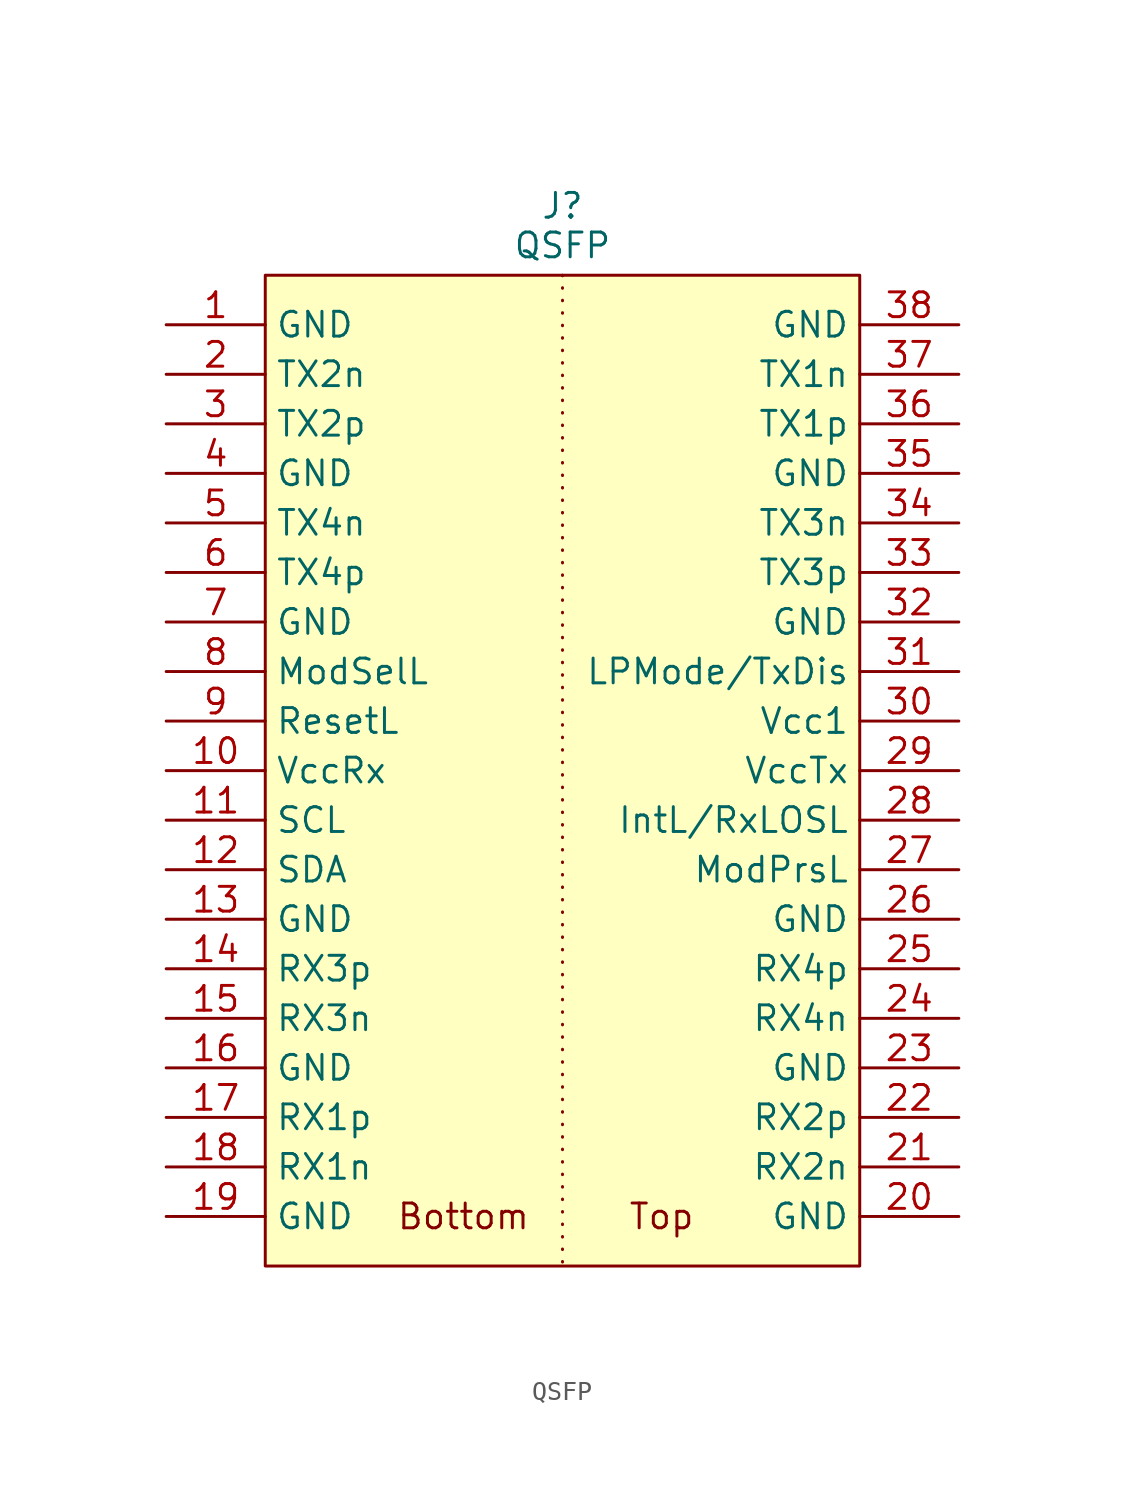
<source format=kicad_sym>
(kicad_symbol_lib
  (version 20231120)
  (generator "kicad_symbol_editor")
  (generator_version "8.0")
  (symbol "QSFP"
    (property "Reference" "J"
      (at 0 28.956 0)
      (effects (font (size 1.27 1.27))))
    (property "Value" "QSFP"
      (at 0 26.924 0)
      (effects (font (size 1.27 1.27))))
    (symbol "QSFP_0_0"
      (pin power_out line (at -20.32 22.86 0) (length 5.08) (name "GND" (effects (font (size 1.27 1.27)))) (number "1" (effects (font (size 1.27 1.27)))))
      (pin power_out line (at -20.32 0 0) (length 5.08) (name "VccRx" (effects (font (size 1.27 1.27)))) (number "10" (effects (font (size 1.27 1.27)))))
      (pin bidirectional line (at -20.32 -2.54 0) (length 5.08) (name "SCL" (effects (font (size 1.27 1.27)))) (number "11" (effects (font (size 1.27 1.27)))))
      (pin bidirectional line (at -20.32 -5.08 0) (length 5.08) (name "SDA" (effects (font (size 1.27 1.27)))) (number "12" (effects (font (size 1.27 1.27)))))
      (pin power_out line (at -20.32 -7.62 0) (length 5.08) (name "GND" (effects (font (size 1.27 1.27)))) (number "13" (effects (font (size 1.27 1.27)))))
      (pin input line (at -20.32 -10.16 0) (length 5.08) (name "RX3p" (effects (font (size 1.27 1.27)))) (number "14" (effects (font (size 1.27 1.27)))))
      (pin input line (at -20.32 -12.7 0) (length 5.08) (name "RX3n" (effects (font (size 1.27 1.27)))) (number "15" (effects (font (size 1.27 1.27)))))
      (pin power_out line (at -20.32 -15.24 0) (length 5.08) (name "GND" (effects (font (size 1.27 1.27)))) (number "16" (effects (font (size 1.27 1.27)))))
      (pin input line (at -20.32 -17.78 0) (length 5.08) (name "RX1p" (effects (font (size 1.27 1.27)))) (number "17" (effects (font (size 1.27 1.27)))))
      (pin input line (at -20.32 -20.32 0) (length 5.08) (name "RX1n" (effects (font (size 1.27 1.27)))) (number "18" (effects (font (size 1.27 1.27)))))
      (pin power_out line (at -20.32 -22.86 0) (length 5.08) (name "GND" (effects (font (size 1.27 1.27)))) (number "19" (effects (font (size 1.27 1.27)))))
      (pin output line (at -20.32 20.32 0) (length 5.08) (name "TX2n" (effects (font (size 1.27 1.27)))) (number "2" (effects (font (size 1.27 1.27)))))
      (pin power_out line (at 20.32 -22.86 180) (length 5.08) (name "GND" (effects (font (size 1.27 1.27)))) (number "20" (effects (font (size 1.27 1.27)))))
      (pin input line (at 20.32 -20.32 180) (length 5.08) (name "RX2n" (effects (font (size 1.27 1.27)))) (number "21" (effects (font (size 1.27 1.27)))))
      (pin input line (at 20.32 -17.78 180) (length 5.08) (name "RX2p" (effects (font (size 1.27 1.27)))) (number "22" (effects (font (size 1.27 1.27)))))
      (pin power_out line (at 20.32 -15.24 180) (length 5.08) (name "GND" (effects (font (size 1.27 1.27)))) (number "23" (effects (font (size 1.27 1.27)))))
      (pin input line (at 20.32 -12.7 180) (length 5.08) (name "RX4n" (effects (font (size 1.27 1.27)))) (number "24" (effects (font (size 1.27 1.27)))))
      (pin input line (at 20.32 -10.16 180) (length 5.08) (name "RX4p" (effects (font (size 1.27 1.27)))) (number "25" (effects (font (size 1.27 1.27)))))
      (pin power_out line (at 20.32 -7.62 180) (length 5.08) (name "GND" (effects (font (size 1.27 1.27)))) (number "26" (effects (font (size 1.27 1.27)))))
      (pin input line (at 20.32 -5.08 180) (length 5.08) (name "ModPrsL" (effects (font (size 1.27 1.27)))) (number "27" (effects (font (size 1.27 1.27)))))
      (pin input line (at 20.32 -2.54 180) (length 5.08) (name "IntL/RxLOSL" (effects (font (size 1.27 1.27)))) (number "28" (effects (font (size 1.27 1.27)))))
      (pin power_out line (at 20.32 0 180) (length 5.08) (name "VccTx" (effects (font (size 1.27 1.27)))) (number "29" (effects (font (size 1.27 1.27)))))
      (pin output line (at -20.32 17.78 0) (length 5.08) (name "TX2p" (effects (font (size 1.27 1.27)))) (number "3" (effects (font (size 1.27 1.27)))))
      (pin power_out line (at 20.32 2.54 180) (length 5.08) (name "Vcc1" (effects (font (size 1.27 1.27)))) (number "30" (effects (font (size 1.27 1.27)))))
      (pin output line (at 20.32 5.08 180) (length 5.08) (name "LPMode/TxDis" (effects (font (size 1.27 1.27)))) (number "31" (effects (font (size 1.27 1.27)))))
      (pin power_in line (at 20.32 7.62 180) (length 5.08) (name "GND" (effects (font (size 1.27 1.27)))) (number "32" (effects (font (size 1.27 1.27)))))
      (pin output line (at 20.32 10.16 180) (length 5.08) (name "TX3p" (effects (font (size 1.27 1.27)))) (number "33" (effects (font (size 1.27 1.27)))))
      (pin output line (at 20.32 12.7 180) (length 5.08) (name "TX3n" (effects (font (size 1.27 1.27)))) (number "34" (effects (font (size 1.27 1.27)))))
      (pin power_out line (at 20.32 15.24 180) (length 5.08) (name "GND" (effects (font (size 1.27 1.27)))) (number "35" (effects (font (size 1.27 1.27)))))
      (pin output line (at 20.32 17.78 180) (length 5.08) (name "TX1p" (effects (font (size 1.27 1.27)))) (number "36" (effects (font (size 1.27 1.27)))))
      (pin output line (at 20.32 20.32 180) (length 5.08) (name "TX1n" (effects (font (size 1.27 1.27)))) (number "37" (effects (font (size 1.27 1.27)))))
      (pin power_out line (at 20.32 22.86 180) (length 5.08) (name "GND" (effects (font (size 1.27 1.27)))) (number "38" (effects (font (size 1.27 1.27)))))
      (pin power_out line (at -20.32 15.24 0) (length 5.08) (name "GND" (effects (font (size 1.27 1.27)))) (number "4" (effects (font (size 1.27 1.27)))))
      (pin output line (at -20.32 12.7 0) (length 5.08) (name "TX4n" (effects (font (size 1.27 1.27)))) (number "5" (effects (font (size 1.27 1.27)))))
      (pin output line (at -20.32 10.16 0) (length 5.08) (name "TX4p" (effects (font (size 1.27 1.27)))) (number "6" (effects (font (size 1.27 1.27)))))
      (pin power_out line (at -20.32 7.62 0) (length 5.08) (name "GND" (effects (font (size 1.27 1.27)))) (number "7" (effects (font (size 1.27 1.27)))))
      (pin output line (at -20.32 5.08 0) (length 5.08) (name "ModSelL" (effects (font (size 1.27 1.27)))) (number "8" (effects (font (size 1.27 1.27)))))
      (pin output line (at -20.32 2.54 0) (length 5.08) (name "ResetL" (effects (font (size 1.27 1.27)))) (number "9" (effects (font (size 1.27 1.27))))))
    (symbol "QSFP_1_1"
      (rectangle (start -15.24 25.4) (end 15.24 -25.4) (stroke (width 0) (type default)) (fill (type background)))
      (polyline (pts (xy 0 25.4) (xy 0 -25.4)) (stroke (width 0) (type dot)) (fill (type none)))
      (text "Bottom" (at -5.08 -22.86 0) (effects (font (size 1.27 1.27))))
      (text "Top" (at 5.08 -22.86 0) (effects (font (size 1.27 1.27)))))))
</source>
